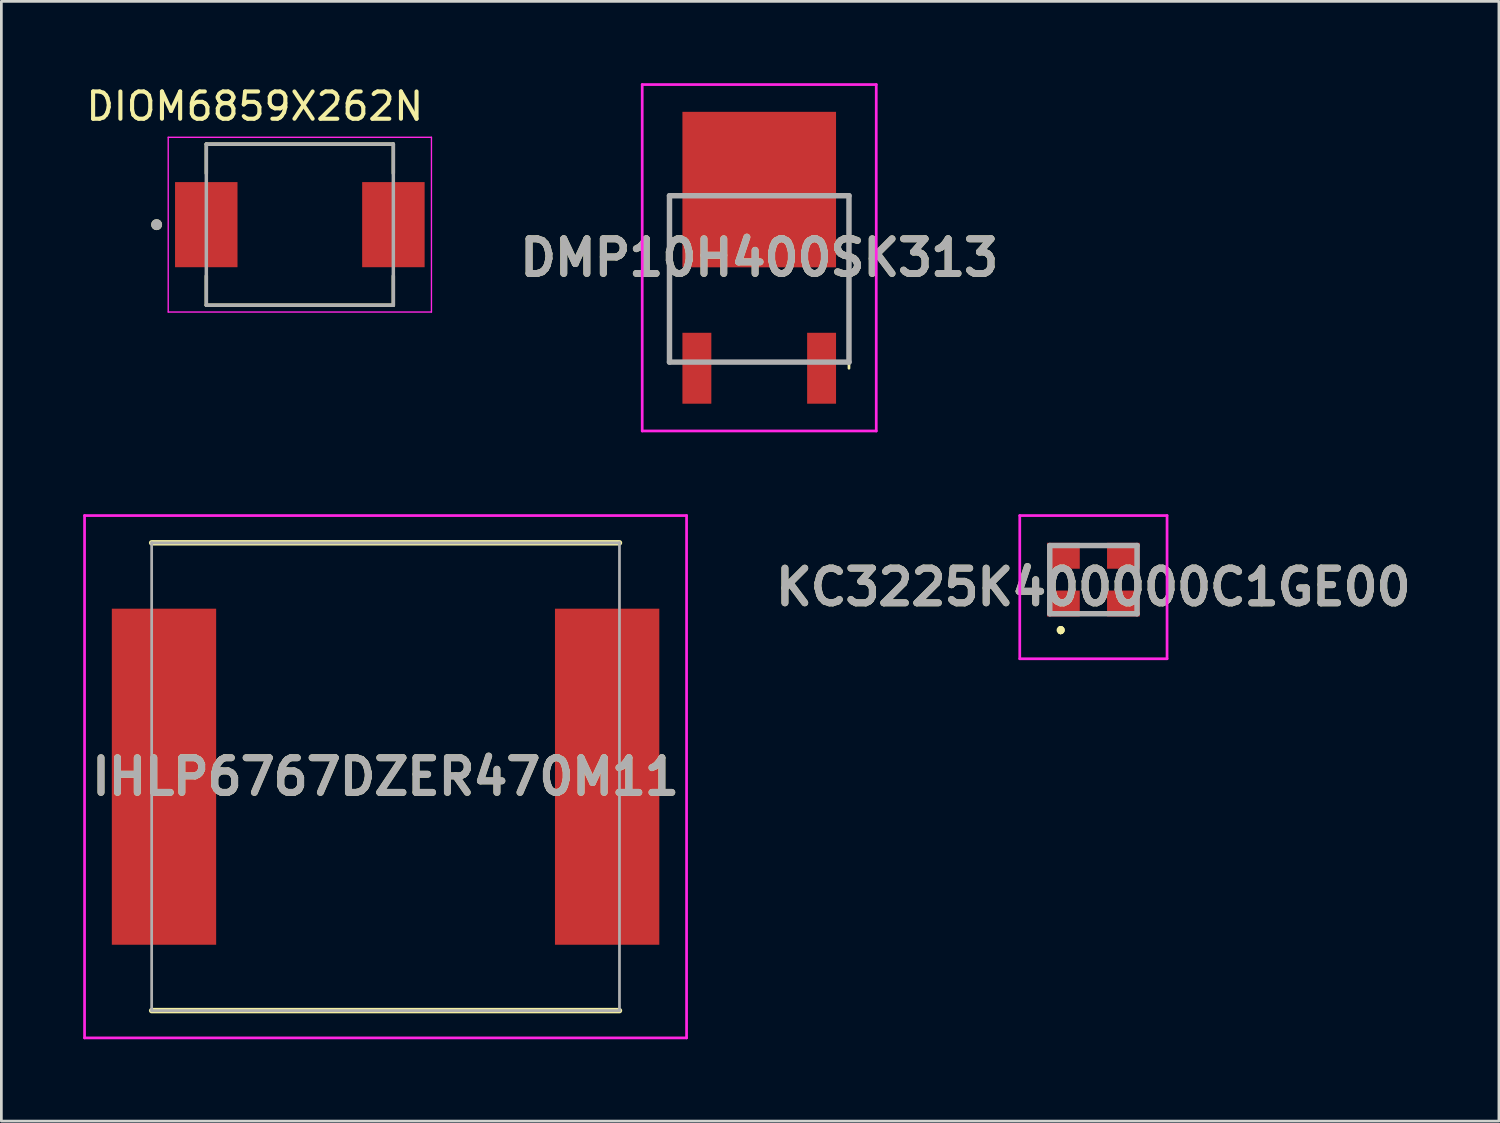
<source format=kicad_pcb>
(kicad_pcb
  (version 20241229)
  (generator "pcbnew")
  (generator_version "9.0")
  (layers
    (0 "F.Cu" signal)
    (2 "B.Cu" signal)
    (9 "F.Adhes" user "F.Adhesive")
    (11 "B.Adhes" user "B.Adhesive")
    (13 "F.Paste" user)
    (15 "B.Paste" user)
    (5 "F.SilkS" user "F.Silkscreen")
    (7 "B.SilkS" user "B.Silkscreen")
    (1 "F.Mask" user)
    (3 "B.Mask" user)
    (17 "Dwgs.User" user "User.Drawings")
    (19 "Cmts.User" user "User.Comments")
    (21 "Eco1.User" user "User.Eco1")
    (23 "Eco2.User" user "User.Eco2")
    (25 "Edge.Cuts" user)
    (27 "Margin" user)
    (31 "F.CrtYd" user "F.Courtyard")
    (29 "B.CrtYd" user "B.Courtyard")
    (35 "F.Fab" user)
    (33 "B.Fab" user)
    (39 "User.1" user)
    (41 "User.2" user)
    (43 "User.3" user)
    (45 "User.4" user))
  (footprint "DMP10H400SK313"
    (layer "F.Cu")
    (at 24.784 7.175)
    (property "Reference" "DMP10H400SK313" (at 0 -0.775 0) (layer "F.SilkS") (effects (font (size 1.27 1.27) (thickness 0.254))))
    (attr smd)
    (fp_line (start -3.29 -3.05) (end -3.29 3.05) (stroke (width 0.1) (type solid)) (layer "F.SilkS"))
    (fp_line (start -1.5 3.05) (end 1.5 3.05) (stroke (width 0.1) (type solid)) (layer "F.SilkS"))
    (fp_line (start 3.29 -3) (end 3.29 3.275) (stroke (width 0.1) (type solid)) (layer "F.SilkS"))
    (fp_line (start -4.29 -7.125) (end 4.29 -7.125) (stroke (width 0.1) (type solid)) (layer "F.CrtYd"))
    (fp_line (start -4.29 5.575) (end -4.29 -7.125) (stroke (width 0.1) (type solid)) (layer "F.CrtYd"))
    (fp_line (start 4.29 -7.125) (end 4.29 5.575) (stroke (width 0.1) (type solid)) (layer "F.CrtYd"))
    (fp_line (start 4.29 5.575) (end -4.29 5.575) (stroke (width 0.1) (type solid)) (layer "F.CrtYd"))
    (fp_line (start -3.29 -3.05) (end 3.29 -3.05) (stroke (width 0.2) (type solid)) (layer "F.Fab"))
    (fp_line (start -3.29 3.05) (end -3.29 -3.05) (stroke (width 0.2) (type solid)) (layer "F.Fab"))
    (fp_line (start 3.29 -3.05) (end 3.29 3.05) (stroke (width 0.2) (type solid)) (layer "F.Fab"))
    (fp_line (start 3.29 3.05) (end -3.29 3.05) (stroke (width 0.2) (type solid)) (layer "F.Fab"))
    (fp_text user "${REFERENCE}" (at 0 -0.775 0) (layer "F.Fab") (effects (font (size 1.27 1.27) (thickness 0.254))))
    (pad "1" smd rect (at -2.286 3.275) (size 1.06 2.6) (layers "F.Cu" "F.Mask" "F.Paste"))
    (pad "2" smd rect (at 0 -3.275) (size 5.632 5.7) (layers "F.Cu" "F.Mask" "F.Paste"))
    (pad "3" smd rect (at 2.286 3.275) (size 1.06 2.6) (layers "F.Cu" "F.Mask" "F.Paste")))
  (footprint "DIOM6859X262N"
    (layer "F.Cu")
    (at 7.942 5.186)
    (property "Reference" "DIOM6859X262N" (at -1.65 -4.338 0) (layer "F.SilkS") (effects (font (size 1 1) (thickness 0.15))))
    (attr smd)
    (fp_line (start -3.428 -2.953) (end -3.428 -1.88) (stroke (width 0.127) (type solid)) (layer "F.SilkS"))
    (fp_line (start -3.428 2.953) (end -3.428 1.88) (stroke (width 0.127) (type solid)) (layer "F.SilkS"))
    (fp_line (start -3.428 2.953) (end 3.428 2.953) (stroke (width 0.127) (type solid)) (layer "F.SilkS"))
    (fp_line (start 3.428 -2.953) (end -3.428 -2.953) (stroke (width 0.127) (type solid)) (layer "F.SilkS"))
    (fp_line (start 3.428 -1.88) (end 3.428 -2.953) (stroke (width 0.127) (type solid)) (layer "F.SilkS"))
    (fp_line (start 3.428 2.953) (end 3.428 1.88) (stroke (width 0.127) (type solid)) (layer "F.SilkS"))
    (fp_circle (center -5.25 0) (end -5.15 0) (stroke (width 0.2) (type solid)) (fill no) (layer "F.SilkS"))
    (fp_line (start -4.825 -3.203) (end -4.825 3.203) (stroke (width 0.05) (type solid)) (layer "F.CrtYd"))
    (fp_line (start -4.825 3.203) (end 4.825 3.203) (stroke (width 0.05) (type solid)) (layer "F.CrtYd"))
    (fp_line (start 4.825 -3.203) (end -4.825 -3.203) (stroke (width 0.05) (type solid)) (layer "F.CrtYd"))
    (fp_line (start 4.825 3.203) (end 4.825 -3.203) (stroke (width 0.05) (type solid)) (layer "F.CrtYd"))
    (fp_line (start -3.428 -2.953) (end -3.428 2.953) (stroke (width 0.127) (type solid)) (layer "F.Fab"))
    (fp_line (start -3.428 2.953) (end 3.428 2.953) (stroke (width 0.127) (type solid)) (layer "F.Fab"))
    (fp_line (start 3.428 -2.953) (end -3.428 -2.953) (stroke (width 0.127) (type solid)) (layer "F.Fab"))
    (fp_line (start 3.428 2.953) (end 3.428 -2.953) (stroke (width 0.127) (type solid)) (layer "F.Fab"))
    (fp_circle (center -5.25 0) (end -5.15 0) (stroke (width 0.2) (type solid)) (fill no) (layer "F.Fab"))
    (pad "A" smd rect (at 3.43 0) (size 2.29 3.12) (layers "F.Cu" "F.Mask" "F.Paste"))
    (pad "C" smd rect (at -3.43 0) (size 2.29 3.12) (layers "F.Cu" "F.Mask" "F.Paste")))
  (footprint "IHLP6767DZER470M11"
    (layer "F.Cu")
    (at 11.085 25.425)
    (property "Reference" "IHLP6767DZER470M11" (at 0 0 0) (layer "F.SilkS") (effects (font (size 1.27 1.27) (thickness 0.254))))
    (attr smd)
    (fp_line (start -8.575 -8.575) (end 8.575 -8.575) (stroke (width 0.2) (type solid)) (layer "F.SilkS"))
    (fp_line (start -8.575 8.575) (end 8.575 8.575) (stroke (width 0.2) (type solid)) (layer "F.SilkS"))
    (fp_line (start -11.035 -9.575) (end 11.035 -9.575) (stroke (width 0.1) (type solid)) (layer "F.CrtYd"))
    (fp_line (start -11.035 9.575) (end -11.035 -9.575) (stroke (width 0.1) (type solid)) (layer "F.CrtYd"))
    (fp_line (start 11.035 -9.575) (end 11.035 9.575) (stroke (width 0.1) (type solid)) (layer "F.CrtYd"))
    (fp_line (start 11.035 9.575) (end -11.035 9.575) (stroke (width 0.1) (type solid)) (layer "F.CrtYd"))
    (fp_line (start -8.575 -8.575) (end 8.575 -8.575) (stroke (width 0.1) (type solid)) (layer "F.Fab"))
    (fp_line (start -8.575 8.575) (end -8.575 -8.575) (stroke (width 0.1) (type solid)) (layer "F.Fab"))
    (fp_line (start 8.575 -8.575) (end 8.575 8.575) (stroke (width 0.1) (type solid)) (layer "F.Fab"))
    (fp_line (start 8.575 8.575) (end -8.575 8.575) (stroke (width 0.1) (type solid)) (layer "F.Fab"))
    (fp_text user "${REFERENCE}" (at 0 0 0) (layer "F.Fab") (effects (font (size 1.27 1.27) (thickness 0.254))))
    (pad "1" smd rect (at -8.123 0) (size 3.825 12.32) (layers "F.Cu" "F.Mask" "F.Paste"))
    (pad "2" smd rect (at 8.123 0) (size 3.825 12.32) (layers "F.Cu" "F.Mask" "F.Paste")))
  (footprint "KC3225K400000C1GE00"
    (layer "F.Cu")
    (at 37.035 18.2)
    (property "Reference" "KC3225K400000C1GE00" (at 0 0.275 0) (layer "F.SilkS") (effects (font (size 1.27 1.27) (thickness 0.254))))
    (attr smd)
    (fp_line (start -1.2 1.8) (end -1.2 1.8) (stroke (width 0.2) (type solid)) (layer "F.SilkS"))
    (fp_line (start -1.2 1.9) (end -1.2 1.9) (stroke (width 0.2) (type solid)) (layer "F.SilkS"))
    (fp_line (start -1.2 1.9) (end -1.2 1.9) (stroke (width 0.2) (type solid)) (layer "F.SilkS"))
    (fp_arc (start -1.2 1.8) (mid -1.15 1.85) (end -1.2 1.9) (stroke (width 0.2) (type solid)) (layer "F.SilkS"))
    (fp_arc (start -1.2 1.8) (mid -1.15 1.85) (end -1.2 1.9) (stroke (width 0.2) (type solid)) (layer "F.SilkS"))
    (fp_arc (start -1.2 1.9) (mid -1.25 1.85) (end -1.2 1.8) (stroke (width 0.2) (type solid)) (layer "F.SilkS"))
    (fp_line (start -2.7 -2.35) (end -2.7 2.9) (stroke (width 0.1) (type solid)) (layer "F.CrtYd"))
    (fp_line (start -2.7 2.9) (end 2.7 2.9) (stroke (width 0.1) (type solid)) (layer "F.CrtYd"))
    (fp_line (start 2.7 -2.35) (end -2.7 -2.35) (stroke (width 0.1) (type solid)) (layer "F.CrtYd"))
    (fp_line (start 2.7 2.9) (end 2.7 -2.35) (stroke (width 0.1) (type solid)) (layer "F.CrtYd"))
    (fp_line (start -1.6 -1.25) (end 1.6 -1.25) (stroke (width 0.2) (type solid)) (layer "F.Fab"))
    (fp_line (start -1.6 1.25) (end -1.6 -1.25) (stroke (width 0.2) (type solid)) (layer "F.Fab"))
    (fp_line (start 1.6 -1.25) (end 1.6 1.25) (stroke (width 0.2) (type solid)) (layer "F.Fab"))
    (fp_line (start 1.6 1.25) (end -1.6 1.25) (stroke (width 0.2) (type solid)) (layer "F.Fab"))
    (fp_text user "${REFERENCE}" (at 0 0.275 0) (layer "F.Fab") (effects (font (size 1.27 1.27) (thickness 0.254))))
    (pad "1" smd rect (at -1.1 0.875 90) (size 0.95 1.2) (layers "F.Cu" "F.Mask" "F.Paste"))
    (pad "2" smd rect (at 1.1 0.875 90) (size 0.95 1.2) (layers "F.Cu" "F.Mask" "F.Paste"))
    (pad "3" smd rect (at 1.1 -0.875 90) (size 0.95 1.2) (layers "F.Cu" "F.Mask" "F.Paste"))
    (pad "4" smd rect (at -1.1 -0.875 90) (size 0.95 1.2) (layers "F.Cu" "F.Mask" "F.Paste")))
  (gr_rect
    (start -3 -3)
    (end 51.901 38.05)
    (stroke (width 0.1) (type default))
    (fill no)
    (layer "Edge.Cuts")))
</source>
